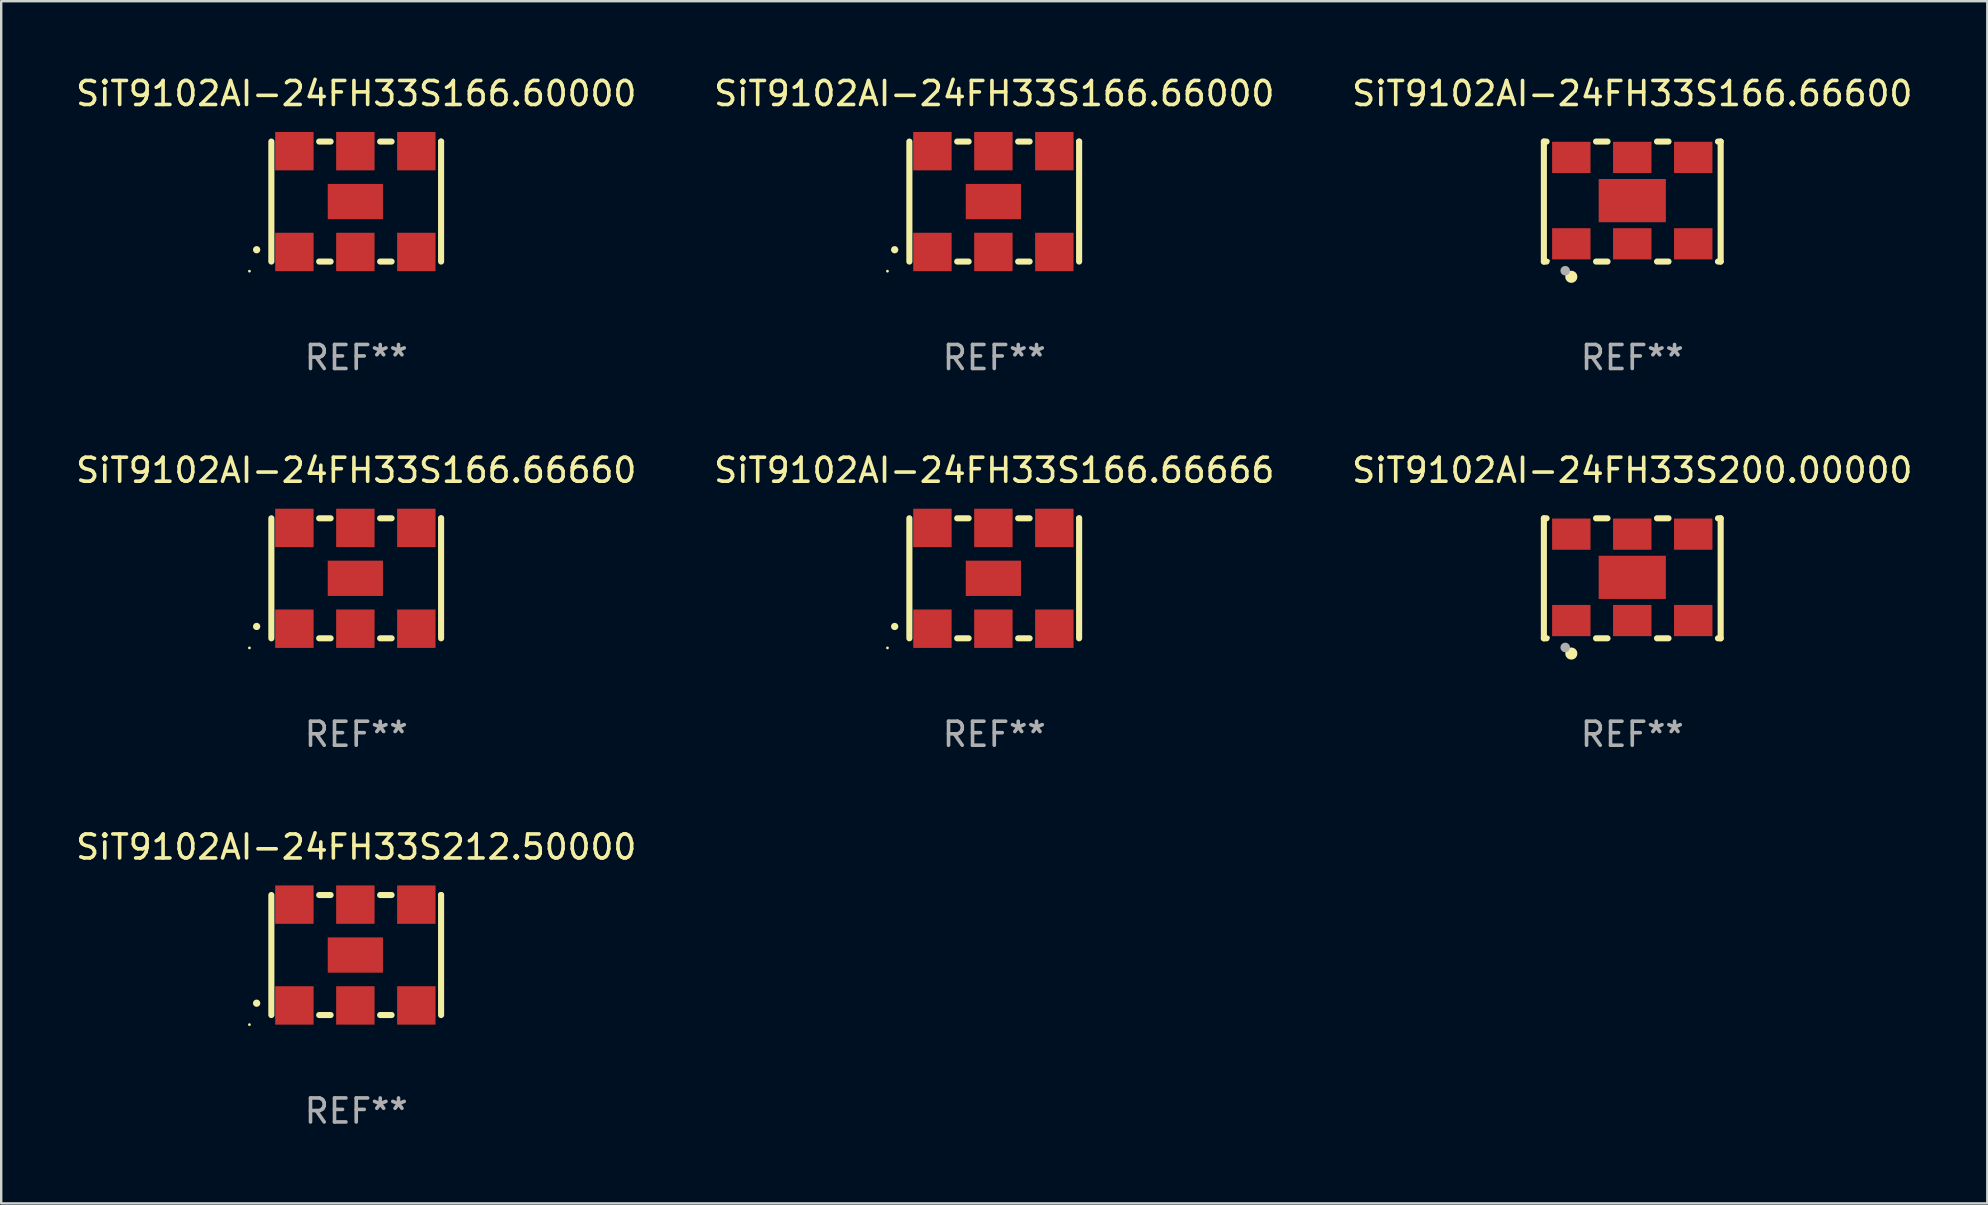
<source format=kicad_pcb>
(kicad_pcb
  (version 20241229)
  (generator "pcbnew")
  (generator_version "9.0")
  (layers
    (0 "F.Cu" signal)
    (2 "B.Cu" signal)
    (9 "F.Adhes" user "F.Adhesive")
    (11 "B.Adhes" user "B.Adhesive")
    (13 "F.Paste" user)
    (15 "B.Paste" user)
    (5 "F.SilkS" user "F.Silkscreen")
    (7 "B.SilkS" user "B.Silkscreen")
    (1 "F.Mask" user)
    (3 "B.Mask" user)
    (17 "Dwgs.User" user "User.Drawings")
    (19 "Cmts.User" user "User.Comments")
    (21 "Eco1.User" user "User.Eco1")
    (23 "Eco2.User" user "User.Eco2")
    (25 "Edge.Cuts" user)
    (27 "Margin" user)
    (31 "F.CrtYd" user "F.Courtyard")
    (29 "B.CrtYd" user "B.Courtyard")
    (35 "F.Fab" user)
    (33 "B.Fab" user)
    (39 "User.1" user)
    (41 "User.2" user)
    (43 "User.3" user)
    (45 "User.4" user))
  (footprint "SiT9102AI-24FH33S166.60000"
    (layer "F.Cu")
    (at 11.792 5.348)
    (property "Reference" "SiT9102AI-24FH33S166.60000" (at 0 -4.5 0) (layer "F.SilkS") (effects (font (size 1 1) (thickness 0.15))))
    (attr through_hole)
    (fp_line (start -3.536 -2.5) (end -3.536 2.5) (stroke (width 0.254) (type solid)) (layer "F.SilkS"))
    (fp_line (start -1.544 2.5) (end -1.067 2.5) (stroke (width 0.254) (type solid)) (layer "F.SilkS"))
    (fp_line (start -1.067 -2.5) (end -1.544 -2.5) (stroke (width 0.254) (type solid)) (layer "F.SilkS"))
    (fp_line (start 0.996 2.5) (end 1.473 2.5) (stroke (width 0.254) (type solid)) (layer "F.SilkS"))
    (fp_line (start 1.473 -2.5) (end 0.996 -2.5) (stroke (width 0.254) (type solid)) (layer "F.SilkS"))
    (fp_line (start 3.536 -2.5) (end 3.536 -2.5) (stroke (width 0.254) (type solid)) (layer "F.SilkS"))
    (fp_line (start 3.536 2.5) (end 3.536 -2.5) (stroke (width 0.254) (type solid)) (layer "F.SilkS"))
    (fp_arc (start -4.150432 2.006604) (mid -4.149162 2.006599) (end -4.147892 2.006604) (stroke (width 0.3) (type solid)) (layer "F.SilkS"))
    (fp_circle (center -4.449 2.9) (end -4.419 2.9) (stroke (width 0.06) (type solid)) (fill no) (layer "F.SilkS"))
    (fp_text user "REF**" (at 0 6.5 0) (layer "F.Fab") (effects (font (size 1 1) (thickness 0.15))))
    (pad "1" smd rect (at -2.576 2.1) (size 1.6 1.6) (layers "F.Cu" "F.Mask" "F.Paste"))
    (pad "2" smd rect (at -0.036 2.1) (size 1.6 1.6) (layers "F.Cu" "F.Mask" "F.Paste"))
    (pad "3" smd rect (at 2.504 2.1) (size 1.6 1.6) (layers "F.Cu" "F.Mask" "F.Paste"))
    (pad "4" smd rect (at 2.504 -2.1) (size 1.6 1.6) (layers "F.Cu" "F.Mask" "F.Paste"))
    (pad "5" smd rect (at -0.036 -2.1) (size 1.6 1.6) (layers "F.Cu" "F.Mask" "F.Paste"))
    (pad "6" smd rect (at -2.576 -2.1) (size 1.6 1.6) (layers "F.Cu" "F.Mask" "F.Paste"))
    (pad "7" smd rect (at -0.036 0) (size 2.3 1.47) (layers "F.Cu" "F.Mask" "F.Paste")))
  (footprint "SiT9102AI-24FH33S166.66666"
    (layer "F.Cu")
    (at 38.375 21.045)
    (property "Reference" "SiT9102AI-24FH33S166.66666" (at 0 -4.5 0) (layer "F.SilkS") (effects (font (size 1 1) (thickness 0.15))))
    (attr through_hole)
    (fp_line (start -3.536 -2.5) (end -3.536 2.5) (stroke (width 0.254) (type solid)) (layer "F.SilkS"))
    (fp_line (start -1.544 2.5) (end -1.067 2.5) (stroke (width 0.254) (type solid)) (layer "F.SilkS"))
    (fp_line (start -1.067 -2.5) (end -1.544 -2.5) (stroke (width 0.254) (type solid)) (layer "F.SilkS"))
    (fp_line (start 0.996 2.5) (end 1.473 2.5) (stroke (width 0.254) (type solid)) (layer "F.SilkS"))
    (fp_line (start 1.473 -2.5) (end 0.996 -2.5) (stroke (width 0.254) (type solid)) (layer "F.SilkS"))
    (fp_line (start 3.536 -2.5) (end 3.536 -2.5) (stroke (width 0.254) (type solid)) (layer "F.SilkS"))
    (fp_line (start 3.536 2.5) (end 3.536 -2.5) (stroke (width 0.254) (type solid)) (layer "F.SilkS"))
    (fp_arc (start -4.150432 2.006604) (mid -4.149162 2.006599) (end -4.147892 2.006604) (stroke (width 0.3) (type solid)) (layer "F.SilkS"))
    (fp_circle (center -4.449 2.9) (end -4.419 2.9) (stroke (width 0.06) (type solid)) (fill no) (layer "F.SilkS"))
    (fp_text user "REF**" (at 0 6.5 0) (layer "F.Fab") (effects (font (size 1 1) (thickness 0.15))))
    (pad "1" smd rect (at -2.576 2.1) (size 1.6 1.6) (layers "F.Cu" "F.Mask" "F.Paste"))
    (pad "2" smd rect (at -0.036 2.1) (size 1.6 1.6) (layers "F.Cu" "F.Mask" "F.Paste"))
    (pad "3" smd rect (at 2.504 2.1) (size 1.6 1.6) (layers "F.Cu" "F.Mask" "F.Paste"))
    (pad "4" smd rect (at 2.504 -2.1) (size 1.6 1.6) (layers "F.Cu" "F.Mask" "F.Paste"))
    (pad "5" smd rect (at -0.036 -2.1) (size 1.6 1.6) (layers "F.Cu" "F.Mask" "F.Paste"))
    (pad "6" smd rect (at -2.576 -2.1) (size 1.6 1.6) (layers "F.Cu" "F.Mask" "F.Paste"))
    (pad "7" smd rect (at -0.036 0) (size 2.3 1.47) (layers "F.Cu" "F.Mask" "F.Paste")))
  (footprint "SiT9102AI-24FH33S212.50000"
    (layer "F.Cu")
    (at 11.792 36.741)
    (property "Reference" "SiT9102AI-24FH33S212.50000" (at 0 -4.5 0) (layer "F.SilkS") (effects (font (size 1 1) (thickness 0.15))))
    (attr through_hole)
    (fp_line (start -3.536 -2.5) (end -3.536 2.5) (stroke (width 0.254) (type solid)) (layer "F.SilkS"))
    (fp_line (start -1.544 2.5) (end -1.067 2.5) (stroke (width 0.254) (type solid)) (layer "F.SilkS"))
    (fp_line (start -1.067 -2.5) (end -1.544 -2.5) (stroke (width 0.254) (type solid)) (layer "F.SilkS"))
    (fp_line (start 0.996 2.5) (end 1.473 2.5) (stroke (width 0.254) (type solid)) (layer "F.SilkS"))
    (fp_line (start 1.473 -2.5) (end 0.996 -2.5) (stroke (width 0.254) (type solid)) (layer "F.SilkS"))
    (fp_line (start 3.536 -2.5) (end 3.536 -2.5) (stroke (width 0.254) (type solid)) (layer "F.SilkS"))
    (fp_line (start 3.536 2.5) (end 3.536 -2.5) (stroke (width 0.254) (type solid)) (layer "F.SilkS"))
    (fp_arc (start -4.150432 2.006604) (mid -4.149162 2.006599) (end -4.147892 2.006604) (stroke (width 0.3) (type solid)) (layer "F.SilkS"))
    (fp_circle (center -4.449 2.9) (end -4.419 2.9) (stroke (width 0.06) (type solid)) (fill no) (layer "F.SilkS"))
    (fp_text user "REF**" (at 0 6.5 0) (layer "F.Fab") (effects (font (size 1 1) (thickness 0.15))))
    (pad "1" smd rect (at -2.576 2.1) (size 1.6 1.6) (layers "F.Cu" "F.Mask" "F.Paste"))
    (pad "2" smd rect (at -0.036 2.1) (size 1.6 1.6) (layers "F.Cu" "F.Mask" "F.Paste"))
    (pad "3" smd rect (at 2.504 2.1) (size 1.6 1.6) (layers "F.Cu" "F.Mask" "F.Paste"))
    (pad "4" smd rect (at 2.504 -2.1) (size 1.6 1.6) (layers "F.Cu" "F.Mask" "F.Paste"))
    (pad "5" smd rect (at -0.036 -2.1) (size 1.6 1.6) (layers "F.Cu" "F.Mask" "F.Paste"))
    (pad "6" smd rect (at -2.576 -2.1) (size 1.6 1.6) (layers "F.Cu" "F.Mask" "F.Paste"))
    (pad "7" smd rect (at -0.036 0) (size 2.3 1.47) (layers "F.Cu" "F.Mask" "F.Paste")))
  (footprint "SiT9102AI-24FH33S166.66600"
    (layer "F.Cu")
    (at 64.958 5.348)
    (property "Reference" "SiT9102AI-24FH33S166.66600" (at 0 -4.5 0) (layer "F.SilkS") (effects (font (size 1 1) (thickness 0.15))))
    (attr through_hole)
    (fp_line (start -3.683 -2.5) (end -3.571 -2.5) (stroke (width 0.254) (type solid)) (layer "F.SilkS"))
    (fp_line (start -3.683 2.5) (end -3.683 -2.5) (stroke (width 0.254) (type solid)) (layer "F.SilkS"))
    (fp_line (start -3.683 2.5) (end -3.571 2.5) (stroke (width 0.254) (type solid)) (layer "F.SilkS"))
    (fp_line (start -1.509 -2.5) (end -1.031 -2.5) (stroke (width 0.254) (type solid)) (layer "F.SilkS"))
    (fp_line (start -1.509 2.5) (end -1.031 2.5) (stroke (width 0.254) (type solid)) (layer "F.SilkS"))
    (fp_line (start 1.031 -2.5) (end 1.509 -2.5) (stroke (width 0.254) (type solid)) (layer "F.SilkS"))
    (fp_line (start 1.031 2.5) (end 1.509 2.5) (stroke (width 0.254) (type solid)) (layer "F.SilkS"))
    (fp_line (start 3.571 -2.5) (end 3.683 -2.5) (stroke (width 0.254) (type solid)) (layer "F.SilkS"))
    (fp_line (start 3.571 2.5) (end 3.683 2.5) (stroke (width 0.254) (type solid)) (layer "F.SilkS"))
    (fp_line (start 3.683 2.5) (end 3.683 -2.5) (stroke (width 0.254) (type solid)) (layer "F.SilkS"))
    (fp_circle (center -3.5 2.46) (end -3.47 2.46) (stroke (width 0.06) (type solid)) (fill no) (layer "F.SilkS"))
    (fp_circle (center -2.54 3.135) (end -2.413 3.135) (stroke (width 0.254) (type solid)) (fill no) (layer "F.SilkS"))
    (fp_circle (center -2.794 2.881) (end -2.694 2.881) (stroke (width 0.2) (type solid)) (fill no) (layer "F.Fab"))
    (fp_text user "REF**" (at 0 6.5 0) (layer "F.Fab") (effects (font (size 1 1) (thickness 0.15))))
    (pad "1" smd rect (at -2.54 1.76) (size 1.6 1.3) (layers "F.Cu" "F.Mask" "F.Paste"))
    (pad "2" smd rect (at 0 1.76) (size 1.6 1.3) (layers "F.Cu" "F.Mask" "F.Paste"))
    (pad "3" smd rect (at 2.54 1.76) (size 1.6 1.3) (layers "F.Cu" "F.Mask" "F.Paste"))
    (pad "4" smd rect (at 2.54 -1.84) (size 1.6 1.3) (layers "F.Cu" "F.Mask" "F.Paste"))
    (pad "5" smd rect (at 0 -1.84) (size 1.6 1.3) (layers "F.Cu" "F.Mask" "F.Paste"))
    (pad "6" smd rect (at -2.54 -1.84) (size 1.6 1.3) (layers "F.Cu" "F.Mask" "F.Paste"))
    (pad "7" smd rect (at 0 -0.04) (size 2.8 1.8) (layers "F.Cu" "F.Mask" "F.Paste")))
  (footprint "SiT9102AI-24FH33S200.00000"
    (layer "F.Cu")
    (at 64.958 21.045)
    (property "Reference" "SiT9102AI-24FH33S200.00000" (at 0 -4.5 0) (layer "F.SilkS") (effects (font (size 1 1) (thickness 0.15))))
    (attr through_hole)
    (fp_line (start -3.683 -2.5) (end -3.571 -2.5) (stroke (width 0.254) (type solid)) (layer "F.SilkS"))
    (fp_line (start -3.683 2.5) (end -3.683 -2.5) (stroke (width 0.254) (type solid)) (layer "F.SilkS"))
    (fp_line (start -3.683 2.5) (end -3.571 2.5) (stroke (width 0.254) (type solid)) (layer "F.SilkS"))
    (fp_line (start -1.509 -2.5) (end -1.031 -2.5) (stroke (width 0.254) (type solid)) (layer "F.SilkS"))
    (fp_line (start -1.509 2.5) (end -1.031 2.5) (stroke (width 0.254) (type solid)) (layer "F.SilkS"))
    (fp_line (start 1.031 -2.5) (end 1.509 -2.5) (stroke (width 0.254) (type solid)) (layer "F.SilkS"))
    (fp_line (start 1.031 2.5) (end 1.509 2.5) (stroke (width 0.254) (type solid)) (layer "F.SilkS"))
    (fp_line (start 3.571 -2.5) (end 3.683 -2.5) (stroke (width 0.254) (type solid)) (layer "F.SilkS"))
    (fp_line (start 3.571 2.5) (end 3.683 2.5) (stroke (width 0.254) (type solid)) (layer "F.SilkS"))
    (fp_line (start 3.683 2.5) (end 3.683 -2.5) (stroke (width 0.254) (type solid)) (layer "F.SilkS"))
    (fp_circle (center -3.5 2.46) (end -3.47 2.46) (stroke (width 0.06) (type solid)) (fill no) (layer "F.SilkS"))
    (fp_circle (center -2.54 3.135) (end -2.413 3.135) (stroke (width 0.254) (type solid)) (fill no) (layer "F.SilkS"))
    (fp_circle (center -2.794 2.881) (end -2.694 2.881) (stroke (width 0.2) (type solid)) (fill no) (layer "F.Fab"))
    (fp_text user "REF**" (at 0 6.5 0) (layer "F.Fab") (effects (font (size 1 1) (thickness 0.15))))
    (pad "1" smd rect (at -2.54 1.76) (size 1.6 1.3) (layers "F.Cu" "F.Mask" "F.Paste"))
    (pad "2" smd rect (at 0 1.76) (size 1.6 1.3) (layers "F.Cu" "F.Mask" "F.Paste"))
    (pad "3" smd rect (at 2.54 1.76) (size 1.6 1.3) (layers "F.Cu" "F.Mask" "F.Paste"))
    (pad "4" smd rect (at 2.54 -1.84) (size 1.6 1.3) (layers "F.Cu" "F.Mask" "F.Paste"))
    (pad "5" smd rect (at 0 -1.84) (size 1.6 1.3) (layers "F.Cu" "F.Mask" "F.Paste"))
    (pad "6" smd rect (at -2.54 -1.84) (size 1.6 1.3) (layers "F.Cu" "F.Mask" "F.Paste"))
    (pad "7" smd rect (at 0 -0.04) (size 2.8 1.8) (layers "F.Cu" "F.Mask" "F.Paste")))
  (footprint "SiT9102AI-24FH33S166.66000"
    (layer "F.Cu")
    (at 38.375 5.348)
    (property "Reference" "SiT9102AI-24FH33S166.66000" (at 0 -4.5 0) (layer "F.SilkS") (effects (font (size 1 1) (thickness 0.15))))
    (attr through_hole)
    (fp_line (start -3.536 -2.5) (end -3.536 2.5) (stroke (width 0.254) (type solid)) (layer "F.SilkS"))
    (fp_line (start -1.544 2.5) (end -1.067 2.5) (stroke (width 0.254) (type solid)) (layer "F.SilkS"))
    (fp_line (start -1.067 -2.5) (end -1.544 -2.5) (stroke (width 0.254) (type solid)) (layer "F.SilkS"))
    (fp_line (start 0.996 2.5) (end 1.473 2.5) (stroke (width 0.254) (type solid)) (layer "F.SilkS"))
    (fp_line (start 1.473 -2.5) (end 0.996 -2.5) (stroke (width 0.254) (type solid)) (layer "F.SilkS"))
    (fp_line (start 3.536 -2.5) (end 3.536 -2.5) (stroke (width 0.254) (type solid)) (layer "F.SilkS"))
    (fp_line (start 3.536 2.5) (end 3.536 -2.5) (stroke (width 0.254) (type solid)) (layer "F.SilkS"))
    (fp_arc (start -4.150432 2.006604) (mid -4.149162 2.006599) (end -4.147892 2.006604) (stroke (width 0.3) (type solid)) (layer "F.SilkS"))
    (fp_circle (center -4.449 2.9) (end -4.419 2.9) (stroke (width 0.06) (type solid)) (fill no) (layer "F.SilkS"))
    (fp_text user "REF**" (at 0 6.5 0) (layer "F.Fab") (effects (font (size 1 1) (thickness 0.15))))
    (pad "1" smd rect (at -2.576 2.1) (size 1.6 1.6) (layers "F.Cu" "F.Mask" "F.Paste"))
    (pad "2" smd rect (at -0.036 2.1) (size 1.6 1.6) (layers "F.Cu" "F.Mask" "F.Paste"))
    (pad "3" smd rect (at 2.504 2.1) (size 1.6 1.6) (layers "F.Cu" "F.Mask" "F.Paste"))
    (pad "4" smd rect (at 2.504 -2.1) (size 1.6 1.6) (layers "F.Cu" "F.Mask" "F.Paste"))
    (pad "5" smd rect (at -0.036 -2.1) (size 1.6 1.6) (layers "F.Cu" "F.Mask" "F.Paste"))
    (pad "6" smd rect (at -2.576 -2.1) (size 1.6 1.6) (layers "F.Cu" "F.Mask" "F.Paste"))
    (pad "7" smd rect (at -0.036 0) (size 2.3 1.47) (layers "F.Cu" "F.Mask" "F.Paste")))
  (footprint "SiT9102AI-24FH33S166.66660"
    (layer "F.Cu")
    (at 11.792 21.045)
    (property "Reference" "SiT9102AI-24FH33S166.66660" (at 0 -4.5 0) (layer "F.SilkS") (effects (font (size 1 1) (thickness 0.15))))
    (attr through_hole)
    (fp_line (start -3.536 -2.5) (end -3.536 2.5) (stroke (width 0.254) (type solid)) (layer "F.SilkS"))
    (fp_line (start -1.544 2.5) (end -1.067 2.5) (stroke (width 0.254) (type solid)) (layer "F.SilkS"))
    (fp_line (start -1.067 -2.5) (end -1.544 -2.5) (stroke (width 0.254) (type solid)) (layer "F.SilkS"))
    (fp_line (start 0.996 2.5) (end 1.473 2.5) (stroke (width 0.254) (type solid)) (layer "F.SilkS"))
    (fp_line (start 1.473 -2.5) (end 0.996 -2.5) (stroke (width 0.254) (type solid)) (layer "F.SilkS"))
    (fp_line (start 3.536 -2.5) (end 3.536 -2.5) (stroke (width 0.254) (type solid)) (layer "F.SilkS"))
    (fp_line (start 3.536 2.5) (end 3.536 -2.5) (stroke (width 0.254) (type solid)) (layer "F.SilkS"))
    (fp_arc (start -4.150432 2.006604) (mid -4.149162 2.006599) (end -4.147892 2.006604) (stroke (width 0.3) (type solid)) (layer "F.SilkS"))
    (fp_circle (center -4.449 2.9) (end -4.419 2.9) (stroke (width 0.06) (type solid)) (fill no) (layer "F.SilkS"))
    (fp_text user "REF**" (at 0 6.5 0) (layer "F.Fab") (effects (font (size 1 1) (thickness 0.15))))
    (pad "1" smd rect (at -2.576 2.1) (size 1.6 1.6) (layers "F.Cu" "F.Mask" "F.Paste"))
    (pad "2" smd rect (at -0.036 2.1) (size 1.6 1.6) (layers "F.Cu" "F.Mask" "F.Paste"))
    (pad "3" smd rect (at 2.504 2.1) (size 1.6 1.6) (layers "F.Cu" "F.Mask" "F.Paste"))
    (pad "4" smd rect (at 2.504 -2.1) (size 1.6 1.6) (layers "F.Cu" "F.Mask" "F.Paste"))
    (pad "5" smd rect (at -0.036 -2.1) (size 1.6 1.6) (layers "F.Cu" "F.Mask" "F.Paste"))
    (pad "6" smd rect (at -2.576 -2.1) (size 1.6 1.6) (layers "F.Cu" "F.Mask" "F.Paste"))
    (pad "7" smd rect (at -0.036 0) (size 2.3 1.47) (layers "F.Cu" "F.Mask" "F.Paste")))
  (gr_rect
    (start -3 -3)
    (end 79.75 47.09)
    (stroke (width 0.1) (type default))
    (fill no)
    (layer "Edge.Cuts")))
</source>
